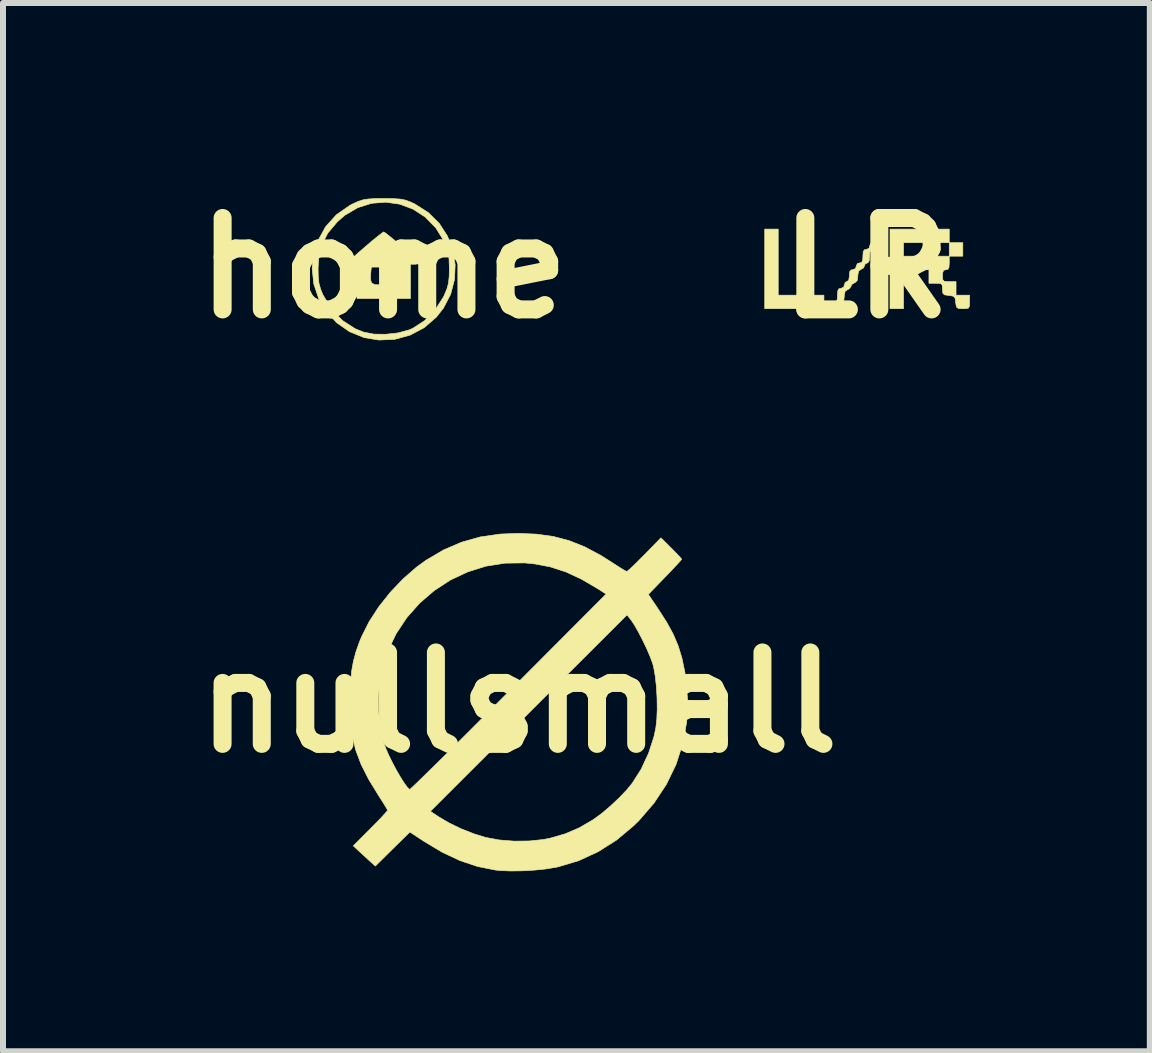
<source format=kicad_pcb>
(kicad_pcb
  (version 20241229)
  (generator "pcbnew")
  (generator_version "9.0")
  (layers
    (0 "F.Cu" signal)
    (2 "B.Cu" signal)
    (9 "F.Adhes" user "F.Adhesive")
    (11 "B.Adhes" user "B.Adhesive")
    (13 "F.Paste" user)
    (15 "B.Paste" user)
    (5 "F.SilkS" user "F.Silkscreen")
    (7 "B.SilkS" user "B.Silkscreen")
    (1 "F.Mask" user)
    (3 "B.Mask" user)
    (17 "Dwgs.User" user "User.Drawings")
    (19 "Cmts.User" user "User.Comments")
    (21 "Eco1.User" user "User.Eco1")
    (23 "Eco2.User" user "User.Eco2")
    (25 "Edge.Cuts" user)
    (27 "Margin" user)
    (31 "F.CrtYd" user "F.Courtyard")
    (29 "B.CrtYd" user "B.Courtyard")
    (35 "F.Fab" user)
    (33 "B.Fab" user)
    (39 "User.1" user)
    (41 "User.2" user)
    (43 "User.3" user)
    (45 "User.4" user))
  (footprint "home"
    (layer "F.Cu")
    (at 3.346 1.418)
    (property "Reference" "home" (at 0 0 0) (layer "F.SilkS") (effects (font (size 1.524 1.524) (thickness 0.3))))
    (attr through_hole)
    (fp_poly (pts (xy 0.031 -0.583) (xy 0.097 -0.531) (xy 0.187 -0.457) (xy 0.29 -0.37) (xy 0.394 -0.28) (xy 0.488 -0.198) (xy 0.558 -0.133) (xy 0.595 -0.095) (xy 0.598 -0.091) (xy 0.579 -0.071) (xy 0.527 -0.064) (xy 0.445 -0.064) (xy 0.445 0.508) (xy -0.445 0.508) (xy -0.445 0.191) (xy -0.221 0.191) (xy -0.201 0.25) (xy -0.147 0.277) (xy -0.045 0.281) (xy 0.008 0.279) (xy 0.206 0.27) (xy 0.206 -0.016) (xy -0.206 -0.016) (xy -0.217 0.09) (xy -0.221 0.191) (xy -0.445 0.191) (xy -0.445 -0.064) (xy -0.527 -0.064) (xy -0.583 -0.072) (xy -0.598 -0.091) (xy -0.571 -0.12) (xy -0.508 -0.18) (xy -0.419 -0.258) (xy -0.317 -0.347) (xy -0.213 -0.436) (xy -0.118 -0.514) (xy -0.044 -0.572) (xy -0.004 -0.601) (xy 0 -0.602) (xy 0.031 -0.583)) (stroke (width 0.01) (type solid)) (fill yes) (layer "F.SilkS"))
    (fp_poly (pts (xy 0.157 -1.157) (xy 0.269 -1.15) (xy 0.356 -1.134) (xy 0.436 -1.106) (xy 0.515 -1.07) (xy 0.743 -0.925) (xy 0.926 -0.744) (xy 1.063 -0.532) (xy 1.152 -0.3) (xy 1.191 -0.056) (xy 1.18 0.192) (xy 1.116 0.436) (xy 0.997 0.666) (xy 0.876 0.82) (xy 0.673 0.995) (xy 0.44 1.118) (xy 0.185 1.188) (xy -0.081 1.2) (xy -0.325 1.16) (xy -0.569 1.061) (xy -0.781 0.914) (xy -0.955 0.726) (xy -1.085 0.506) (xy -1.166 0.263) (xy -1.193 0.005) (xy -1.192 0) (xy -1.094 0) (xy -1.091 0.15) (xy -1.078 0.261) (xy -1.05 0.358) (xy -1.012 0.448) (xy -0.87 0.684) (xy -0.689 0.874) (xy -0.473 1.013) (xy -0.339 1.067) (xy -0.167 1.101) (xy 0.034 1.104) (xy 0.24 1.081) (xy 0.424 1.031) (xy 0.484 1.005) (xy 0.681 0.877) (xy 0.855 0.7) (xy 0.992 0.488) (xy 1.011 0.45) (xy 1.055 0.344) (xy 1.081 0.247) (xy 1.092 0.132) (xy 1.094 0) (xy 1.089 -0.15) (xy 1.075 -0.262) (xy 1.045 -0.36) (xy 1.007 -0.446) (xy 0.867 -0.671) (xy 0.692 -0.85) (xy 0.489 -0.982) (xy 0.266 -1.065) (xy 0.033 -1.098) (xy -0.202 -1.079) (xy -0.432 -1.007) (xy -0.648 -0.88) (xy -0.773 -0.771) (xy -0.93 -0.585) (xy -1.031 -0.392) (xy -1.083 -0.175) (xy -1.094 0) (xy -1.192 0) (xy -1.176 -0.184) (xy -1.098 -0.453) (xy -0.968 -0.69) (xy -0.788 -0.889) (xy -0.562 -1.046) (xy -0.515 -1.07) (xy -0.425 -1.111) (xy -0.345 -1.137) (xy -0.257 -1.151) (xy -0.14 -1.158) (xy 0 -1.159) (xy 0.157 -1.157)) (stroke (width 0.01) (type solid)) (fill yes) (layer "F.SilkS")))
  (footprint "nullsmall"
    (layer "F.Cu")
    (at 5.595 8.66)
    (property "Reference" "nullsmall" (at 0 0 0) (layer "F.SilkS") (effects (font (size 1.524 1.524) (thickness 0.3))))
    (attr through_hole)
    (fp_poly (pts (xy 0.296 -2.807) (xy 0.578 -2.768) (xy 0.843 -2.698) (xy 1.103 -2.594) (xy 1.369 -2.453) (xy 1.58 -2.319) (xy 1.669 -2.261) (xy 1.743 -2.215) (xy 1.791 -2.189) (xy 1.803 -2.184) (xy 1.827 -2.202) (xy 1.88 -2.249) (xy 1.955 -2.321) (xy 2.045 -2.411) (xy 2.098 -2.464) (xy 2.372 -2.745) (xy 2.545 -2.573) (xy 2.619 -2.498) (xy 2.677 -2.437) (xy 2.712 -2.398) (xy 2.717 -2.388) (xy 2.7 -2.366) (xy 2.654 -2.315) (xy 2.584 -2.24) (xy 2.497 -2.148) (xy 2.439 -2.089) (xy 2.162 -1.802) (xy 2.325 -1.561) (xy 2.467 -1.34) (xy 2.577 -1.139) (xy 2.66 -0.943) (xy 2.722 -0.74) (xy 2.769 -0.514) (xy 2.783 -0.432) (xy 2.816 -0.049) (xy 2.801 0.324) (xy 2.736 0.685) (xy 2.624 1.032) (xy 2.464 1.363) (xy 2.257 1.676) (xy 2.005 1.968) (xy 1.917 2.054) (xy 1.634 2.291) (xy 1.327 2.486) (xy 1.002 2.636) (xy 0.663 2.738) (xy 0.626 2.746) (xy 0.457 2.774) (xy 0.261 2.794) (xy 0.055 2.806) (xy -0.144 2.808) (xy -0.319 2.8) (xy -0.391 2.792) (xy -0.685 2.733) (xy -0.975 2.636) (xy -1.27 2.498) (xy -1.575 2.316) (xy -1.599 2.3) (xy -1.813 2.159) (xy -2.101 2.442) (xy -2.388 2.726) (xy -2.457 2.665) (xy -2.514 2.613) (xy -2.589 2.544) (xy -2.641 2.496) (xy -2.756 2.389) (xy -2.47 2.102) (xy -2.373 2.004) (xy -2.29 1.918) (xy -2.228 1.85) (xy -2.196 1.813) (xy -1.471 1.813) (xy -1.34 1.901) (xy -1.164 2.005) (xy -0.958 2.105) (xy -0.741 2.19) (xy -0.551 2.249) (xy -0.325 2.291) (xy -0.075 2.311) (xy 0.179 2.308) (xy 0.417 2.283) (xy 0.527 2.261) (xy 0.781 2.187) (xy 1.009 2.089) (xy 1.236 1.957) (xy 1.257 1.943) (xy 1.389 1.846) (xy 1.533 1.723) (xy 1.676 1.589) (xy 1.802 1.457) (xy 1.893 1.346) (xy 2.043 1.11) (xy 2.166 0.845) (xy 2.256 0.569) (xy 2.287 0.421) (xy 2.303 0.28) (xy 2.31 0.109) (xy 2.307 -0.078) (xy 2.296 -0.266) (xy 2.277 -0.44) (xy 2.251 -0.586) (xy 2.235 -0.648) (xy 2.195 -0.757) (xy 2.139 -0.889) (xy 2.072 -1.029) (xy 2.002 -1.165) (xy 1.935 -1.283) (xy 1.878 -1.371) (xy 1.866 -1.386) (xy 1.806 -1.46) (xy 0.168 0.176) (xy -1.471 1.813) (xy -2.196 1.813) (xy -2.191 1.808) (xy -2.184 1.797) (xy -2.198 1.77) (xy -2.233 1.71) (xy -2.286 1.626) (xy -2.338 1.545) (xy -2.501 1.279) (xy -2.626 1.031) (xy -2.717 0.789) (xy -2.776 0.541) (xy -2.808 0.276) (xy -2.815 -0.018) (xy -2.813 -0.109) (xy -2.336 -0.109) (xy -2.335 0.138) (xy -2.313 0.377) (xy -2.271 0.594) (xy -2.219 0.754) (xy -2.166 0.876) (xy -2.103 1.004) (xy -2.036 1.13) (xy -1.969 1.245) (xy -1.908 1.341) (xy -1.857 1.411) (xy -1.822 1.445) (xy -1.814 1.448) (xy -1.793 1.43) (xy -1.738 1.379) (xy -1.653 1.297) (xy -1.539 1.186) (xy -1.4 1.05) (xy -1.238 0.89) (xy -1.056 0.71) (xy -0.856 0.511) (xy -0.641 0.296) (xy -0.413 0.068) (xy -0.175 -0.17) (xy -0.165 -0.18) (xy 1.458 -1.808) (xy 1.319 -1.897) (xy 1.046 -2.057) (xy 0.787 -2.177) (xy 0.532 -2.26) (xy 0.27 -2.31) (xy 0.102 -2.327) (xy -0.225 -2.323) (xy -0.544 -2.273) (xy -0.85 -2.177) (xy -1.139 -2.041) (xy -1.407 -1.866) (xy -1.65 -1.657) (xy -1.864 -1.415) (xy -2.043 -1.145) (xy -2.185 -0.849) (xy -2.273 -0.573) (xy -2.315 -0.351) (xy -2.336 -0.109) (xy -2.813 -0.109) (xy -2.813 -0.111) (xy -2.802 -0.334) (xy -2.784 -0.521) (xy -2.754 -0.688) (xy -2.711 -0.848) (xy -2.651 -1.016) (xy -2.616 -1.101) (xy -2.494 -1.344) (xy -2.333 -1.593) (xy -2.141 -1.835) (xy -1.927 -2.06) (xy -1.7 -2.258) (xy -1.547 -2.369) (xy -1.252 -2.543) (xy -0.952 -2.672) (xy -0.64 -2.76) (xy -0.306 -2.808) (xy -0.013 -2.819) (xy 0.296 -2.807)) (stroke (width 0.01) (type solid)) (fill yes) (layer "F.SilkS")))
  (footprint "LR"
    (layer "F.Cu")
    (at 11.39 1.418)
    (property "Reference" "LR" (at 0 0 0) (layer "F.SilkS") (effects (font (size 1.524 1.524) (thickness 0.3))))
    (attr through_hole)
    (fp_poly (pts (xy -1.468 0.452) (xy -0.706 0.452) (xy -0.706 0.677) (xy -1.693 0.677) (xy -1.693 -0.649) (xy -1.468 -0.649) (xy -1.468 0.452)) (stroke (width 0.01) (type solid)) (fill yes) (layer "F.SilkS"))
    (fp_poly (pts (xy 1.609 -0.423) (xy 1.609 -0.198) (xy 1.383 -0.198) (xy 1.383 -0.085) (xy 1.378 -0.011) (xy 1.359 0.022) (xy 1.326 0.028) (xy 1.288 0.039) (xy 1.272 0.082) (xy 1.27 0.127) (xy 1.273 0.19) (xy 1.295 0.218) (xy 1.35 0.226) (xy 1.383 0.226) (xy 1.496 0.226) (xy 1.496 0.452) (xy 1.722 0.452) (xy 1.722 0.564) (xy 1.719 0.637) (xy 1.7 0.669) (xy 1.649 0.677) (xy 1.61 0.677) (xy 1.538 0.674) (xy 1.505 0.653) (xy 1.493 0.6) (xy 1.49 0.572) (xy 1.48 0.502) (xy 1.453 0.47) (xy 1.39 0.458) (xy 1.376 0.457) (xy 1.306 0.447) (xy 1.277 0.422) (xy 1.27 0.365) (xy 1.27 0.351) (xy 1.266 0.289) (xy 1.245 0.261) (xy 1.19 0.254) (xy 1.157 0.254) (xy 1.044 0.254) (xy 1.044 0.028) (xy 0.621 0.028) (xy 0.621 0.677) (xy 0.395 0.677) (xy 0.395 -0.423) (xy 0.621 -0.423) (xy 0.621 -0.198) (xy 1.383 -0.198) (xy 1.383 -0.423) (xy 0.621 -0.423) (xy 0.395 -0.423) (xy 0.395 -0.649) (xy 1.383 -0.649) (xy 1.383 -0.423) (xy 1.609 -0.423)) (stroke (width 0.01) (type solid)) (fill yes) (layer "F.SilkS"))
    (fp_poly (pts (xy 0.263 -0.64) (xy 0.279 -0.601) (xy 0.282 -0.536) (xy 0.277 -0.462) (xy 0.258 -0.43) (xy 0.226 -0.423) (xy 0.179 -0.403) (xy 0.169 -0.367) (xy 0.149 -0.32) (xy 0.113 -0.31) (xy 0.076 -0.301) (xy 0.06 -0.263) (xy 0.056 -0.198) (xy 0.049 -0.119) (xy 0.026 -0.087) (xy 0.014 -0.085) (xy -0.023 -0.062) (xy -0.028 -0.04) (xy -0.052 0.003) (xy -0.085 0.02) (xy -0.125 0.047) (xy -0.14 0.107) (xy -0.141 0.133) (xy -0.15 0.206) (xy -0.183 0.241) (xy -0.198 0.246) (xy -0.243 0.275) (xy -0.254 0.302) (xy -0.278 0.342) (xy -0.31 0.359) (xy -0.352 0.386) (xy -0.366 0.449) (xy -0.367 0.469) (xy -0.374 0.536) (xy -0.4 0.562) (xy -0.423 0.564) (xy -0.471 0.584) (xy -0.48 0.621) (xy -0.5 0.668) (xy -0.536 0.677) (xy -0.583 0.657) (xy -0.593 0.621) (xy -0.573 0.574) (xy -0.536 0.564) (xy -0.499 0.555) (xy -0.483 0.517) (xy -0.48 0.452) (xy -0.475 0.378) (xy -0.456 0.345) (xy -0.423 0.339) (xy -0.376 0.319) (xy -0.367 0.282) (xy -0.349 0.236) (xy -0.325 0.226) (xy -0.293 0.204) (xy -0.282 0.136) (xy -0.282 0.127) (xy -0.276 0.059) (xy -0.251 0.031) (xy -0.226 0.028) (xy -0.179 0.008) (xy -0.169 -0.028) (xy -0.149 -0.075) (xy -0.113 -0.085) (xy -0.076 -0.094) (xy -0.06 -0.132) (xy -0.056 -0.198) (xy -0.052 -0.271) (xy -0.033 -0.304) (xy 0 -0.31) (xy 0.047 -0.33) (xy 0.056 -0.367) (xy 0.076 -0.414) (xy 0.113 -0.423) (xy 0.15 -0.433) (xy 0.166 -0.471) (xy 0.169 -0.536) (xy 0.174 -0.61) (xy 0.193 -0.643) (xy 0.226 -0.649) (xy 0.263 -0.64)) (stroke (width 0.01) (type solid)) (fill yes) (layer "F.SilkS")))
  (gr_rect
    (start -3 -3)
    (end 16.116 14.473)
    (stroke (width 0.1) (type default))
    (fill no)
    (layer "Edge.Cuts")))
</source>
